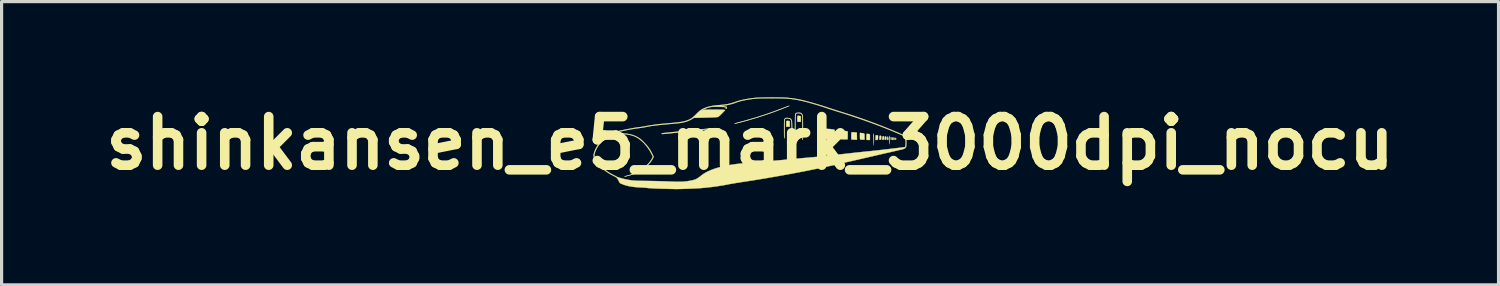
<source format=kicad_pcb>
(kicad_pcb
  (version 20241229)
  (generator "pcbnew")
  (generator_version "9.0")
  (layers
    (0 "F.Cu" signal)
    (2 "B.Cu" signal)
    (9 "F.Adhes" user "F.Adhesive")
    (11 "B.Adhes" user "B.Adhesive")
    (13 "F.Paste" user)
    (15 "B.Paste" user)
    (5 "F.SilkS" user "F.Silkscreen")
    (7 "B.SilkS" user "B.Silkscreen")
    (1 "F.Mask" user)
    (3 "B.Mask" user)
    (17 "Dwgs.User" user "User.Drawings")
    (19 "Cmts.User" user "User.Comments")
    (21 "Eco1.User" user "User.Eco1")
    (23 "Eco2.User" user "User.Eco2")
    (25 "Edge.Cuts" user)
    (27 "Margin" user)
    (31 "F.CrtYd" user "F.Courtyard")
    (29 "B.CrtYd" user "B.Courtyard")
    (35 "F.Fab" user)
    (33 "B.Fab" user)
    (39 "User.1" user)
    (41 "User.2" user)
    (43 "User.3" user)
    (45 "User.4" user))
  (footprint "shinkansen_e5_mark_3000dpi_nocu"
    (layer "F.Cu")
    (at 20.472 1.441)
    (property "Reference" "shinkansen_e5_mark_3000dpi_nocu" (at 0 0 0) (layer "F.SilkS") (effects (font (size 1.524 1.524) (thickness 0.3))))
    (attr through_hole)
    (fp_poly (pts (xy -1.145 -1.119) (xy -1.133 -1.107) (xy -1.132 -1.092) (xy -1.14 -1.08) (xy -1.161 -1.068) (xy -1.183 -1.07) (xy -1.192 -1.077) (xy -1.202 -1.095) (xy -1.195 -1.111) (xy -1.185 -1.118) (xy -1.163 -1.123) (xy -1.145 -1.119)) (stroke (width 0.01) (type solid)) (fill yes) (layer "F.Mask"))
    (fp_poly (pts (xy -1.05 -1.118) (xy -1.035 -1.103) (xy -1.036 -1.086) (xy -1.043 -1.077) (xy -1.063 -1.067) (xy -1.085 -1.072) (xy -1.095 -1.08) (xy -1.104 -1.096) (xy -1.1 -1.111) (xy -1.086 -1.121) (xy -1.066 -1.123) (xy -1.05 -1.118)) (stroke (width 0.01) (type solid)) (fill yes) (layer "F.Mask"))
    (fp_poly (pts (xy -0.947 -1.113) (xy -0.94 -1.092) (xy -0.94 -1.092) (xy -0.947 -1.076) (xy -0.963 -1.068) (xy -0.983 -1.069) (xy -0.997 -1.077) (xy -1.007 -1.095) (xy -1 -1.11) (xy -0.987 -1.119) (xy -0.964 -1.123) (xy -0.947 -1.113)) (stroke (width 0.01) (type solid)) (fill yes) (layer "F.Mask"))
    (fp_poly (pts (xy -1.249 -1.119) (xy -1.232 -1.106) (xy -1.228 -1.091) (xy -1.236 -1.078) (xy -1.252 -1.069) (xy -1.274 -1.069) (xy -1.285 -1.072) (xy -1.294 -1.084) (xy -1.293 -1.101) (xy -1.283 -1.117) (xy -1.282 -1.118) (xy -1.268 -1.124) (xy -1.249 -1.119)) (stroke (width 0.01) (type solid)) (fill yes) (layer "F.Mask"))
    (fp_poly (pts (xy 4.565 0.034) (xy 4.589 0.036) (xy 4.602 0.04) (xy 4.606 0.045) (xy 4.606 0.046) (xy 4.604 0.054) (xy 4.596 0.059) (xy 4.58 0.063) (xy 4.553 0.067) (xy 4.513 0.07) (xy 4.489 0.072) (xy 4.453 0.074) (xy 4.43 0.074) (xy 4.417 0.072) (xy 4.412 0.068) (xy 4.411 0.061) (xy 4.414 0.05) (xy 4.424 0.042) (xy 4.444 0.037) (xy 4.476 0.035) (xy 4.522 0.034) (xy 4.528 0.034) (xy 4.565 0.034)) (stroke (width 0.01) (type solid)) (fill yes) (layer "F.Mask"))
    (fp_poly (pts (xy 4.321 0.052) (xy 4.334 0.053) (xy 4.341 0.056) (xy 4.343 0.061) (xy 4.343 0.066) (xy 4.343 0.074) (xy 4.34 0.08) (xy 4.332 0.085) (xy 4.318 0.088) (xy 4.295 0.091) (xy 4.262 0.094) (xy 4.216 0.097) (xy 4.155 0.101) (xy 4.153 0.101) (xy 4.087 0.105) (xy 4.036 0.108) (xy 3.998 0.109) (xy 3.972 0.11) (xy 3.954 0.109) (xy 3.944 0.106) (xy 3.939 0.102) (xy 3.937 0.096) (xy 3.937 0.09) (xy 3.938 0.081) (xy 3.941 0.075) (xy 3.948 0.069) (xy 3.962 0.065) (xy 3.984 0.062) (xy 4.016 0.06) (xy 4.06 0.058) (xy 4.118 0.056) (xy 4.163 0.054) (xy 4.223 0.052) (xy 4.268 0.051) (xy 4.3 0.051) (xy 4.321 0.052)) (stroke (width 0.01) (type solid)) (fill yes) (layer "F.Mask"))
    (fp_poly (pts (xy 3.768 0.068) (xy 3.762 0.091) (xy 3.757 0.109) (xy 3.753 0.118) (xy 3.744 0.119) (xy 3.72 0.121) (xy 3.683 0.122) (xy 3.635 0.124) (xy 3.578 0.125) (xy 3.513 0.127) (xy 3.448 0.128) (xy 3.276 0.132) (xy 3.099 0.136) (xy 2.917 0.14) (xy 2.733 0.144) (xy 2.547 0.148) (xy 2.362 0.152) (xy 2.179 0.157) (xy 2 0.161) (xy 1.825 0.166) (xy 1.658 0.17) (xy 1.499 0.174) (xy 1.351 0.179) (xy 1.214 0.183) (xy 1.09 0.186) (xy 0.981 0.19) (xy 0.953 0.191) (xy 0.794 0.197) (xy 0.648 0.203) (xy 0.513 0.209) (xy 0.383 0.216) (xy 0.257 0.225) (xy 0.129 0.234) (xy -0.003 0.244) (xy -0.013 0.245) (xy -0.074 0.25) (xy -0.135 0.255) (xy -0.193 0.26) (xy -0.242 0.263) (xy -0.279 0.266) (xy -0.288 0.266) (xy -0.33 0.269) (xy -0.372 0.272) (xy -0.406 0.274) (xy -0.415 0.274) (xy -0.451 0.275) (xy -0.488 0.273) (xy -0.502 0.272) (xy -0.543 0.267) (xy -0.524 0.249) (xy -0.499 0.234) (xy -0.46 0.219) (xy -0.406 0.203) (xy -0.341 0.188) (xy -0.264 0.173) (xy -0.178 0.159) (xy -0.084 0.145) (xy 0.016 0.132) (xy 0.121 0.12) (xy 0.23 0.11) (xy 0.34 0.101) (xy 0.45 0.095) (xy 0.487 0.093) (xy 0.52 0.092) (xy 0.57 0.091) (xy 0.634 0.089) (xy 0.711 0.088) (xy 0.801 0.087) (xy 0.902 0.085) (xy 1.013 0.084) (xy 1.132 0.082) (xy 1.26 0.081) (xy 1.394 0.08) (xy 1.533 0.078) (xy 1.676 0.077) (xy 1.822 0.076) (xy 1.97 0.074) (xy 2.119 0.073) (xy 2.267 0.072) (xy 2.414 0.071) (xy 2.558 0.07) (xy 2.698 0.07) (xy 2.832 0.069) (xy 2.961 0.068) (xy 3.082 0.068) (xy 3.194 0.068) (xy 3.283 0.068) (xy 3.768 0.068)) (stroke (width 0.01) (type solid)) (fill yes) (layer "F.Mask"))
    (fp_poly (pts (xy 4.199 -0.11) (xy 4.148 -0.11) (xy 4.15 -0.163) (xy 4.152 -0.192) (xy 4.155 -0.208) (xy 4.162 -0.215) (xy 4.174 -0.218) (xy 4.176 -0.219) (xy 4.199 -0.221) (xy 4.199 -0.11)) (stroke (width 0.01) (type solid)) (fill yes) (layer "F.SilkS"))
    (fp_poly (pts (xy 1.197 -0.699) (xy 1.245 -0.693) (xy 1.245 -0.516) (xy 1.135 -0.516) (xy 1.135 -0.599) (xy 1.135 -0.636) (xy 1.137 -0.667) (xy 1.14 -0.688) (xy 1.142 -0.693) (xy 1.151 -0.7) (xy 1.17 -0.701) (xy 1.197 -0.699)) (stroke (width 0.01) (type solid)) (fill yes) (layer "F.SilkS"))
    (fp_poly (pts (xy 4.426 -0.19) (xy 4.432 -0.171) (xy 4.435 -0.15) (xy 4.435 -0.125) (xy 4.432 -0.113) (xy 4.424 -0.11) (xy 4.416 -0.114) (xy 4.412 -0.129) (xy 4.411 -0.153) (xy 4.414 -0.181) (xy 4.419 -0.193) (xy 4.426 -0.19)) (stroke (width 0.01) (type solid)) (fill yes) (layer "F.SilkS"))
    (fp_poly (pts (xy 4.472 -0.174) (xy 4.476 -0.155) (xy 4.477 -0.142) (xy 4.478 -0.117) (xy 4.474 -0.105) (xy 4.466 -0.102) (xy 4.458 -0.105) (xy 4.455 -0.117) (xy 4.455 -0.142) (xy 4.458 -0.165) (xy 4.463 -0.18) (xy 4.466 -0.182) (xy 4.472 -0.174)) (stroke (width 0.01) (type solid)) (fill yes) (layer "F.SilkS"))
    (fp_poly (pts (xy 4.517 -0.173) (xy 4.521 -0.156) (xy 4.521 -0.14) (xy 4.52 -0.115) (xy 4.514 -0.103) (xy 4.508 -0.102) (xy 4.5 -0.107) (xy 4.496 -0.124) (xy 4.496 -0.14) (xy 4.497 -0.165) (xy 4.503 -0.176) (xy 4.508 -0.178) (xy 4.517 -0.173)) (stroke (width 0.01) (type solid)) (fill yes) (layer "F.SilkS"))
    (fp_poly (pts (xy 4.547 -0.174) (xy 4.552 -0.162) (xy 4.555 -0.142) (xy 4.555 -0.139) (xy 4.553 -0.12) (xy 4.548 -0.11) (xy 4.547 -0.11) (xy 4.541 -0.118) (xy 4.538 -0.136) (xy 4.538 -0.144) (xy 4.54 -0.166) (xy 4.545 -0.174) (xy 4.547 -0.174)) (stroke (width 0.01) (type solid)) (fill yes) (layer "F.SilkS"))
    (fp_poly (pts (xy 4.578 -0.162) (xy 4.58 -0.144) (xy 4.58 -0.141) (xy 4.578 -0.119) (xy 4.573 -0.107) (xy 4.572 -0.106) (xy 4.566 -0.109) (xy 4.564 -0.127) (xy 4.564 -0.13) (xy 4.566 -0.151) (xy 4.571 -0.164) (xy 4.572 -0.165) (xy 4.578 -0.162)) (stroke (width 0.01) (type solid)) (fill yes) (layer "F.SilkS"))
    (fp_poly (pts (xy 4.093 -0.234) (xy 4.105 -0.23) (xy 4.111 -0.223) (xy 4.114 -0.209) (xy 4.114 -0.184) (xy 4.113 -0.171) (xy 4.111 -0.114) (xy 4.083 -0.112) (xy 4.056 -0.109) (xy 4.056 -0.162) (xy 4.057 -0.2) (xy 4.062 -0.223) (xy 4.072 -0.234) (xy 4.087 -0.235) (xy 4.093 -0.234)) (stroke (width 0.01) (type solid)) (fill yes) (layer "F.SilkS"))
    (fp_poly (pts (xy 4.261 -0.207) (xy 4.262 -0.207) (xy 4.271 -0.198) (xy 4.275 -0.179) (xy 4.276 -0.156) (xy 4.275 -0.129) (xy 4.272 -0.116) (xy 4.265 -0.111) (xy 4.25 -0.11) (xy 4.225 -0.11) (xy 4.225 -0.161) (xy 4.226 -0.191) (xy 4.231 -0.208) (xy 4.242 -0.212) (xy 4.261 -0.207)) (stroke (width 0.01) (type solid)) (fill yes) (layer "F.SilkS"))
    (fp_poly (pts (xy 4.322 -0.199) (xy 4.331 -0.184) (xy 4.335 -0.156) (xy 4.335 -0.147) (xy 4.334 -0.121) (xy 4.331 -0.107) (xy 4.324 -0.102) (xy 4.318 -0.102) (xy 4.309 -0.103) (xy 4.303 -0.112) (xy 4.301 -0.13) (xy 4.301 -0.152) (xy 4.302 -0.179) (xy 4.303 -0.198) (xy 4.305 -0.203) (xy 4.322 -0.199)) (stroke (width 0.01) (type solid)) (fill yes) (layer "F.SilkS"))
    (fp_poly (pts (xy 3.978 -0.249) (xy 3.982 -0.248) (xy 4.013 -0.243) (xy 4.013 -0.192) (xy 4.012 -0.151) (xy 4.009 -0.125) (xy 4.002 -0.11) (xy 3.99 -0.103) (xy 3.971 -0.102) (xy 3.97 -0.102) (xy 3.937 -0.102) (xy 3.937 -0.173) (xy 3.938 -0.206) (xy 3.94 -0.232) (xy 3.943 -0.247) (xy 3.944 -0.249) (xy 3.957 -0.251) (xy 3.978 -0.249)) (stroke (width 0.01) (type solid)) (fill yes) (layer "F.SilkS"))
    (fp_poly (pts (xy 1.532 -0.859) (xy 1.544 -0.856) (xy 1.592 -0.845) (xy 1.592 -0.669) (xy 1.542 -0.669) (xy 1.515 -0.67) (xy 1.495 -0.672) (xy 1.487 -0.675) (xy 1.484 -0.686) (xy 1.483 -0.709) (xy 1.482 -0.741) (xy 1.482 -0.775) (xy 1.483 -0.808) (xy 1.486 -0.835) (xy 1.489 -0.852) (xy 1.49 -0.855) (xy 1.497 -0.861) (xy 1.509 -0.862) (xy 1.532 -0.859)) (stroke (width 0.01) (type solid)) (fill yes) (layer "F.SilkS"))
    (fp_poly (pts (xy 3.225 -0.344) (xy 3.258 -0.342) (xy 3.273 -0.341) (xy 3.349 -0.334) (xy 3.351 -0.222) (xy 3.353 -0.11) (xy 3.292 -0.111) (xy 3.257 -0.113) (xy 3.224 -0.114) (xy 3.203 -0.116) (xy 3.175 -0.12) (xy 3.175 -0.229) (xy 3.175 -0.277) (xy 3.177 -0.31) (xy 3.18 -0.331) (xy 3.184 -0.341) (xy 3.186 -0.344) (xy 3.2 -0.345) (xy 3.225 -0.344)) (stroke (width 0.01) (type solid)) (fill yes) (layer "F.SilkS"))
    (fp_poly (pts (xy 3.699 -0.292) (xy 3.712 -0.289) (xy 3.759 -0.278) (xy 3.759 -0.102) (xy 3.71 -0.102) (xy 3.682 -0.102) (xy 3.662 -0.105) (xy 3.655 -0.107) (xy 3.652 -0.118) (xy 3.65 -0.142) (xy 3.649 -0.173) (xy 3.65 -0.208) (xy 3.651 -0.241) (xy 3.653 -0.268) (xy 3.656 -0.285) (xy 3.657 -0.287) (xy 3.664 -0.294) (xy 3.676 -0.295) (xy 3.699 -0.292)) (stroke (width 0.01) (type solid)) (fill yes) (layer "F.SilkS"))
    (fp_poly (pts (xy 3.499 -0.318) (xy 3.537 -0.314) (xy 3.563 -0.31) (xy 3.579 -0.302) (xy 3.587 -0.289) (xy 3.59 -0.266) (xy 3.59 -0.23) (xy 3.59 -0.207) (xy 3.59 -0.11) (xy 3.528 -0.111) (xy 3.497 -0.112) (xy 3.471 -0.113) (xy 3.457 -0.116) (xy 3.457 -0.116) (xy 3.452 -0.123) (xy 3.448 -0.143) (xy 3.446 -0.176) (xy 3.446 -0.222) (xy 3.446 -0.324) (xy 3.499 -0.318)) (stroke (width 0.01) (type solid)) (fill yes) (layer "F.SilkS"))
    (fp_poly (pts (xy 4.375 -0.228) (xy 4.378 -0.222) (xy 4.38 -0.204) (xy 4.383 -0.172) (xy 4.384 -0.13) (xy 4.384 -0.081) (xy 4.384 -0.057) (xy 4.383 -0.016) (xy 4.382 0.013) (xy 4.381 0.03) (xy 4.38 0.032) (xy 4.379 0.02) (xy 4.378 -0.013) (xy 4.376 -0.057) (xy 4.375 -0.106) (xy 4.373 -0.145) (xy 4.372 -0.188) (xy 4.371 -0.215) (xy 4.373 -0.229) (xy 4.375 -0.228)) (stroke (width 0.01) (type solid)) (fill yes) (layer "F.SilkS"))
    (fp_poly (pts (xy 2.867 -0.396) (xy 2.9 -0.393) (xy 2.927 -0.391) (xy 2.967 -0.386) (xy 3.003 -0.381) (xy 3.031 -0.376) (xy 3.042 -0.373) (xy 3.065 -0.364) (xy 3.061 -0.123) (xy 2.976 -0.122) (xy 2.936 -0.122) (xy 2.897 -0.123) (xy 2.868 -0.125) (xy 2.857 -0.126) (xy 2.824 -0.131) (xy 2.822 -0.254) (xy 2.821 -0.299) (xy 2.822 -0.338) (xy 2.824 -0.368) (xy 2.826 -0.386) (xy 2.827 -0.388) (xy 2.833 -0.393) (xy 2.845 -0.396) (xy 2.867 -0.396)) (stroke (width 0.01) (type solid)) (fill yes) (layer "F.SilkS"))
    (fp_poly (pts (xy 3.877 -0.292) (xy 3.878 -0.286) (xy 3.88 -0.266) (xy 3.882 -0.232) (xy 3.884 -0.187) (xy 3.884 -0.135) (xy 3.884 -0.078) (xy 3.884 -0.057) (xy 3.883 -0.008) (xy 3.882 0.029) (xy 3.882 0.055) (xy 3.881 0.066) (xy 3.88 0.063) (xy 3.88 0.051) (xy 3.879 0.014) (xy 3.877 -0.035) (xy 3.876 -0.09) (xy 3.875 -0.147) (xy 3.874 -0.178) (xy 3.872 -0.231) (xy 3.872 -0.267) (xy 3.873 -0.289) (xy 3.874 -0.297) (xy 3.877 -0.292)) (stroke (width 0.01) (type solid)) (fill yes) (layer "F.SilkS"))
    (fp_poly (pts (xy 2.392 -0.45) (xy 2.448 -0.448) (xy 2.502 -0.444) (xy 2.552 -0.44) (xy 2.594 -0.434) (xy 2.626 -0.429) (xy 2.644 -0.424) (xy 2.647 -0.422) (xy 2.652 -0.414) (xy 2.655 -0.397) (xy 2.657 -0.368) (xy 2.658 -0.327) (xy 2.659 -0.283) (xy 2.658 -0.237) (xy 2.657 -0.197) (xy 2.656 -0.165) (xy 2.654 -0.145) (xy 2.653 -0.14) (xy 2.649 -0.135) (xy 2.641 -0.132) (xy 2.624 -0.13) (xy 2.598 -0.128) (xy 2.56 -0.128) (xy 2.508 -0.128) (xy 2.503 -0.128) (xy 2.454 -0.128) (xy 2.409 -0.13) (xy 2.372 -0.131) (xy 2.347 -0.133) (xy 2.337 -0.135) (xy 2.316 -0.14) (xy 2.316 -0.453) (xy 2.392 -0.45)) (stroke (width 0.01) (type solid)) (fill yes) (layer "F.SilkS"))
    (fp_poly (pts (xy 1.232 -1.171) (xy 1.214 -1.163) (xy 1.184 -1.149) (xy 1.144 -1.132) (xy 1.094 -1.113) (xy 1.038 -1.09) (xy 0.977 -1.066) (xy 0.912 -1.041) (xy 0.845 -1.016) (xy 0.779 -0.991) (xy 0.714 -0.968) (xy 0.654 -0.946) (xy 0.608 -0.93) (xy 0.457 -0.879) (xy 0.301 -0.828) (xy 0.143 -0.779) (xy -0.011 -0.733) (xy -0.159 -0.691) (xy -0.297 -0.654) (xy -0.353 -0.64) (xy -0.402 -0.628) (xy -0.436 -0.619) (xy -0.459 -0.614) (xy -0.473 -0.611) (xy -0.48 -0.611) (xy -0.482 -0.613) (xy -0.483 -0.616) (xy -0.483 -0.616) (xy -0.475 -0.62) (xy -0.453 -0.627) (xy -0.421 -0.637) (xy -0.379 -0.649) (xy -0.341 -0.659) (xy -0.049 -0.739) (xy 0.231 -0.822) (xy 0.503 -0.91) (xy 0.772 -1.005) (xy 1.037 -1.105) (xy 1.09 -1.125) (xy 1.138 -1.143) (xy 1.179 -1.158) (xy 1.21 -1.169) (xy 1.23 -1.174) (xy 1.235 -1.175) (xy 1.232 -1.171)) (stroke (width 0.01) (type solid)) (fill yes) (layer "F.SilkS"))
    (fp_poly (pts (xy -1.085 -0.474) (xy -1.076 -0.471) (xy -1.077 -0.47) (xy -1.086 -0.468) (xy -1.111 -0.464) (xy -1.15 -0.459) (xy -1.202 -0.452) (xy -1.265 -0.445) (xy -1.338 -0.436) (xy -1.42 -0.427) (xy -1.509 -0.417) (xy -1.603 -0.406) (xy -1.702 -0.395) (xy -1.804 -0.384) (xy -1.907 -0.373) (xy -2.011 -0.362) (xy -2.113 -0.351) (xy -2.213 -0.34) (xy -2.309 -0.33) (xy -2.399 -0.321) (xy -2.483 -0.313) (xy -2.559 -0.305) (xy -2.625 -0.299) (xy -2.68 -0.294) (xy -2.723 -0.29) (xy -2.753 -0.288) (xy -2.764 -0.288) (xy -2.768 -0.295) (xy -2.769 -0.3) (xy -2.769 -0.302) (xy -2.769 -0.305) (xy -2.769 -0.306) (xy -2.766 -0.308) (xy -2.76 -0.31) (xy -2.75 -0.312) (xy -2.735 -0.315) (xy -2.713 -0.318) (xy -2.684 -0.321) (xy -2.646 -0.325) (xy -2.599 -0.33) (xy -2.541 -0.336) (xy -2.472 -0.343) (xy -2.389 -0.351) (xy -2.293 -0.36) (xy -2.182 -0.371) (xy -2.074 -0.381) (xy -1.97 -0.391) (xy -1.867 -0.401) (xy -1.767 -0.411) (xy -1.672 -0.421) (xy -1.584 -0.43) (xy -1.504 -0.438) (xy -1.435 -0.445) (xy -1.377 -0.45) (xy -1.334 -0.455) (xy -1.317 -0.457) (xy -1.251 -0.464) (xy -1.194 -0.469) (xy -1.146 -0.472) (xy -1.109 -0.474) (xy -1.085 -0.474)) (stroke (width 0.01) (type solid)) (fill yes) (layer "F.SilkS"))
    (fp_poly (pts (xy 1.177 -0.793) (xy 1.191 -0.792) (xy 1.239 -0.783) (xy 1.274 -0.767) (xy 1.297 -0.74) (xy 1.311 -0.706) (xy 1.314 -0.69) (xy 1.316 -0.659) (xy 1.318 -0.619) (xy 1.319 -0.569) (xy 1.32 -0.514) (xy 1.321 -0.455) (xy 1.321 -0.395) (xy 1.321 -0.336) (xy 1.32 -0.28) (xy 1.319 -0.23) (xy 1.318 -0.188) (xy 1.316 -0.157) (xy 1.314 -0.139) (xy 1.312 -0.135) (xy 1.31 -0.144) (xy 1.308 -0.169) (xy 1.306 -0.209) (xy 1.305 -0.265) (xy 1.304 -0.336) (xy 1.303 -0.409) (xy 1.303 -0.498) (xy 1.302 -0.57) (xy 1.3 -0.627) (xy 1.298 -0.67) (xy 1.296 -0.698) (xy 1.293 -0.71) (xy 1.278 -0.739) (xy 1.254 -0.759) (xy 1.22 -0.771) (xy 1.18 -0.776) (xy 1.149 -0.778) (xy 1.129 -0.778) (xy 1.117 -0.773) (xy 1.107 -0.764) (xy 1.102 -0.758) (xy 1.097 -0.751) (xy 1.093 -0.744) (xy 1.09 -0.734) (xy 1.088 -0.719) (xy 1.086 -0.699) (xy 1.085 -0.67) (xy 1.084 -0.632) (xy 1.084 -0.582) (xy 1.084 -0.519) (xy 1.084 -0.443) (xy 1.083 -0.357) (xy 1.083 -0.285) (xy 1.082 -0.228) (xy 1.08 -0.187) (xy 1.078 -0.161) (xy 1.075 -0.152) (xy 1.075 -0.152) (xy 1.073 -0.161) (xy 1.071 -0.186) (xy 1.069 -0.226) (xy 1.068 -0.283) (xy 1.067 -0.354) (xy 1.067 -0.44) (xy 1.067 -0.441) (xy 1.067 -0.521) (xy 1.067 -0.586) (xy 1.068 -0.637) (xy 1.069 -0.677) (xy 1.071 -0.706) (xy 1.073 -0.728) (xy 1.075 -0.742) (xy 1.079 -0.752) (xy 1.08 -0.754) (xy 1.094 -0.775) (xy 1.112 -0.788) (xy 1.139 -0.794) (xy 1.177 -0.793)) (stroke (width 0.01) (type solid)) (fill yes) (layer "F.SilkS"))
    (fp_poly (pts (xy -3.984 -0.303) (xy -3.931 -0.3) (xy -3.88 -0.297) (xy -3.834 -0.292) (xy -3.795 -0.286) (xy -3.785 -0.284) (xy -3.698 -0.263) (xy -3.623 -0.237) (xy -3.554 -0.205) (xy -3.485 -0.165) (xy -3.471 -0.156) (xy -3.45 -0.141) (xy -3.428 -0.124) (xy -3.405 -0.104) (xy -3.377 -0.078) (xy -3.343 -0.044) (xy -3.302 -0.001) (xy -3.256 0.047) (xy -3.2 0.112) (xy -3.146 0.189) (xy -3.096 0.274) (xy -3.053 0.36) (xy -3.047 0.374) (xy -3.022 0.432) (xy -3.054 0.489) (xy -3.085 0.543) (xy -3.118 0.589) (xy -3.155 0.634) (xy -3.202 0.682) (xy -3.223 0.703) (xy -3.328 0.794) (xy -3.439 0.87) (xy -3.558 0.933) (xy -3.687 0.984) (xy -3.798 1.015) (xy -3.853 1.029) (xy -3.893 1.038) (xy -3.92 1.044) (xy -3.935 1.047) (xy -3.941 1.047) (xy -3.939 1.044) (xy -3.937 1.043) (xy -3.922 1.037) (xy -3.897 1.029) (xy -3.878 1.025) (xy -3.797 1.003) (xy -3.708 0.973) (xy -3.617 0.936) (xy -3.529 0.895) (xy -3.449 0.852) (xy -3.412 0.829) (xy -3.334 0.774) (xy -3.261 0.711) (xy -3.194 0.645) (xy -3.138 0.578) (xy -3.093 0.512) (xy -3.081 0.489) (xy -3.048 0.424) (xy -3.086 0.345) (xy -3.154 0.222) (xy -3.236 0.105) (xy -3.329 -0.003) (xy -3.397 -0.067) (xy -3.472 -0.129) (xy -3.545 -0.177) (xy -3.622 -0.215) (xy -3.707 -0.244) (xy -3.785 -0.264) (xy -3.821 -0.271) (xy -3.856 -0.276) (xy -3.893 -0.28) (xy -3.936 -0.282) (xy -3.989 -0.283) (xy -4.032 -0.283) (xy -4.082 -0.284) (xy -4.125 -0.285) (xy -4.16 -0.286) (xy -4.182 -0.288) (xy -4.191 -0.289) (xy -4.191 -0.289) (xy -4.183 -0.295) (xy -4.161 -0.299) (xy -4.127 -0.302) (xy -4.085 -0.304) (xy -4.036 -0.304) (xy -3.984 -0.303)) (stroke (width 0.01) (type solid)) (fill yes) (layer "F.SilkS"))
    (fp_poly (pts (xy 1.571 -0.954) (xy 1.589 -0.948) (xy 1.607 -0.938) (xy 1.608 -0.937) (xy 1.636 -0.91) (xy 1.649 -0.883) (xy 1.652 -0.867) (xy 1.654 -0.837) (xy 1.655 -0.796) (xy 1.657 -0.745) (xy 1.658 -0.686) (xy 1.659 -0.621) (xy 1.66 -0.552) (xy 1.66 -0.482) (xy 1.66 -0.412) (xy 1.66 -0.344) (xy 1.659 -0.281) (xy 1.658 -0.224) (xy 1.657 -0.176) (xy 1.655 -0.138) (xy 1.654 -0.113) (xy 1.651 -0.102) (xy 1.651 -0.102) (xy 1.649 -0.11) (xy 1.647 -0.135) (xy 1.645 -0.176) (xy 1.644 -0.234) (xy 1.643 -0.307) (xy 1.643 -0.395) (xy 1.643 -0.479) (xy 1.642 -0.573) (xy 1.642 -0.653) (xy 1.642 -0.718) (xy 1.641 -0.771) (xy 1.639 -0.813) (xy 1.636 -0.846) (xy 1.633 -0.871) (xy 1.628 -0.889) (xy 1.622 -0.902) (xy 1.615 -0.912) (xy 1.606 -0.919) (xy 1.598 -0.925) (xy 1.57 -0.936) (xy 1.53 -0.94) (xy 1.521 -0.941) (xy 1.499 -0.941) (xy 1.481 -0.941) (xy 1.466 -0.938) (xy 1.454 -0.932) (xy 1.444 -0.921) (xy 1.436 -0.904) (xy 1.431 -0.879) (xy 1.427 -0.846) (xy 1.425 -0.802) (xy 1.423 -0.747) (xy 1.423 -0.678) (xy 1.422 -0.596) (xy 1.422 -0.498) (xy 1.422 -0.496) (xy 1.422 -0.393) (xy 1.422 -0.306) (xy 1.421 -0.236) (xy 1.419 -0.183) (xy 1.418 -0.146) (xy 1.416 -0.124) (xy 1.414 -0.119) (xy 1.411 -0.126) (xy 1.409 -0.149) (xy 1.408 -0.187) (xy 1.407 -0.241) (xy 1.407 -0.311) (xy 1.407 -0.398) (xy 1.407 -0.501) (xy 1.407 -0.512) (xy 1.408 -0.603) (xy 1.408 -0.68) (xy 1.409 -0.742) (xy 1.41 -0.792) (xy 1.411 -0.832) (xy 1.412 -0.862) (xy 1.414 -0.884) (xy 1.416 -0.9) (xy 1.418 -0.911) (xy 1.421 -0.919) (xy 1.425 -0.925) (xy 1.428 -0.929) (xy 1.438 -0.941) (xy 1.45 -0.948) (xy 1.467 -0.952) (xy 1.495 -0.954) (xy 1.511 -0.955) (xy 1.547 -0.956) (xy 1.571 -0.954)) (stroke (width 0.01) (type solid)) (fill yes) (layer "F.SilkS"))
    (fp_poly (pts (xy 0.773 -1.435) (xy 0.864 -1.435) (xy 0.95 -1.434) (xy 1.027 -1.432) (xy 1.095 -1.429) (xy 1.149 -1.426) (xy 1.173 -1.424) (xy 1.265 -1.414) (xy 1.359 -1.402) (xy 1.449 -1.388) (xy 1.53 -1.374) (xy 1.589 -1.362) (xy 1.65 -1.348) (xy 1.724 -1.33) (xy 1.808 -1.307) (xy 1.899 -1.282) (xy 1.995 -1.255) (xy 2.092 -1.227) (xy 2.188 -1.198) (xy 2.279 -1.17) (xy 2.363 -1.143) (xy 2.396 -1.132) (xy 2.473 -1.106) (xy 2.561 -1.078) (xy 2.653 -1.048) (xy 2.746 -1.018) (xy 2.832 -0.991) (xy 2.887 -0.974) (xy 3.231 -0.865) (xy 3.58 -0.746) (xy 3.928 -0.619) (xy 4.269 -0.486) (xy 4.6 -0.349) (xy 4.651 -0.328) (xy 4.713 -0.3) (xy 4.763 -0.278) (xy 4.8 -0.259) (xy 4.828 -0.243) (xy 4.849 -0.226) (xy 4.863 -0.209) (xy 4.874 -0.19) (xy 4.883 -0.167) (xy 4.889 -0.147) (xy 4.896 -0.122) (xy 4.9 -0.095) (xy 4.902 -0.061) (xy 4.901 -0.017) (xy 4.901 0.009) (xy 4.899 0.054) (xy 4.897 0.086) (xy 4.894 0.107) (xy 4.89 0.122) (xy 4.883 0.132) (xy 4.877 0.14) (xy 4.859 0.157) (xy 4.84 0.17) (xy 4.815 0.181) (xy 4.781 0.191) (xy 4.736 0.202) (xy 4.715 0.207) (xy 4.694 0.211) (xy 4.657 0.22) (xy 4.607 0.231) (xy 4.543 0.246) (xy 4.468 0.263) (xy 4.383 0.283) (xy 4.287 0.305) (xy 4.184 0.328) (xy 4.074 0.354) (xy 3.958 0.381) (xy 3.837 0.409) (xy 3.712 0.438) (xy 3.683 0.444) (xy 3.554 0.474) (xy 3.424 0.504) (xy 3.297 0.533) (xy 3.173 0.562) (xy 3.053 0.589) (xy 2.939 0.615) (xy 2.834 0.64) (xy 2.737 0.661) (xy 2.651 0.681) (xy 2.577 0.698) (xy 2.516 0.711) (xy 2.472 0.721) (xy 2.1 0.799) (xy 1.715 0.877) (xy 1.322 0.952) (xy 0.925 1.024) (xy 0.529 1.093) (xy 0.137 1.158) (xy -0.199 1.21) (xy -0.279 1.222) (xy -0.359 1.235) (xy -0.436 1.247) (xy -0.508 1.259) (xy -0.571 1.27) (xy -0.624 1.279) (xy -0.662 1.286) (xy -0.665 1.287) (xy -0.841 1.32) (xy -1.029 1.35) (xy -1.224 1.376) (xy -1.422 1.397) (xy -1.562 1.41) (xy -1.599 1.412) (xy -1.649 1.415) (xy -1.708 1.418) (xy -1.775 1.421) (xy -1.847 1.424) (xy -1.922 1.427) (xy -1.998 1.43) (xy -2.072 1.432) (xy -2.142 1.434) (xy -2.205 1.436) (xy -2.261 1.437) (xy -2.305 1.438) (xy -2.337 1.438) (xy -2.349 1.438) (xy -2.362 1.437) (xy -2.389 1.436) (xy -2.429 1.435) (xy -2.479 1.434) (xy -2.538 1.433) (xy -2.603 1.431) (xy -2.65 1.43) (xy -2.728 1.428) (xy -2.807 1.426) (xy -2.885 1.423) (xy -2.96 1.42) (xy -3.03 1.417) (xy -3.092 1.413) (xy -3.146 1.41) (xy -3.189 1.407) (xy -3.219 1.404) (xy -3.235 1.401) (xy -3.236 1.4) (xy -3.246 1.399) (xy -3.27 1.397) (xy -3.306 1.394) (xy -3.352 1.392) (xy -3.404 1.389) (xy -3.426 1.388) (xy -3.56 1.38) (xy -3.679 1.367) (xy -3.785 1.35) (xy -3.882 1.327) (xy -3.97 1.299) (xy -4.025 1.277) (xy -4.056 1.263) (xy -4.076 1.252) (xy -4.09 1.238) (xy -4.102 1.217) (xy -4.113 1.195) (xy -4.138 1.145) (xy -4.162 1.108) (xy -4.188 1.08) (xy -4.22 1.056) (xy -4.262 1.034) (xy -4.27 1.03) (xy -4.386 0.969) (xy -4.503 0.895) (xy -4.616 0.811) (xy -4.723 0.72) (xy -4.751 0.693) (xy -4.799 0.643) (xy -4.836 0.598) (xy -4.863 0.554) (xy -4.882 0.504) (xy -4.897 0.446) (xy -4.906 0.396) (xy -4.906 0.388) (xy -4.882 0.388) (xy -4.877 0.434) (xy -4.863 0.487) (xy -4.859 0.497) (xy -4.843 0.539) (xy -4.824 0.576) (xy -4.799 0.611) (xy -4.765 0.648) (xy -4.723 0.69) (xy -4.625 0.775) (xy -4.52 0.855) (xy -4.411 0.927) (xy -4.302 0.989) (xy -4.25 1.014) (xy -4.219 1.029) (xy -4.193 1.043) (xy -4.176 1.053) (xy -4.174 1.054) (xy -4.16 1.061) (xy -4.132 1.071) (xy -4.094 1.083) (xy -4.047 1.096) (xy -3.996 1.11) (xy -3.942 1.123) (xy -3.895 1.133) (xy -3.841 1.144) (xy -3.792 1.153) (xy -3.744 1.161) (xy -3.695 1.167) (xy -3.643 1.171) (xy -3.585 1.175) (xy -3.519 1.178) (xy -3.442 1.18) (xy -3.353 1.181) (xy -3.289 1.182) (xy -3.198 1.183) (xy -3.096 1.185) (xy -2.988 1.187) (xy -2.88 1.19) (xy -2.777 1.193) (xy -2.683 1.196) (xy -2.646 1.197) (xy -2.542 1.201) (xy -2.453 1.204) (xy -2.377 1.206) (xy -2.313 1.208) (xy -2.259 1.209) (xy -2.214 1.209) (xy -2.175 1.209) (xy -2.141 1.208) (xy -2.111 1.207) (xy -2.082 1.204) (xy -2.053 1.202) (xy -1.981 1.194) (xy -1.908 1.182) (xy -1.839 1.169) (xy -1.778 1.155) (xy -1.732 1.141) (xy -1.694 1.126) (xy -1.655 1.105) (xy -1.613 1.077) (xy -1.563 1.04) (xy -1.531 1.014) (xy -1.446 0.953) (xy -1.346 0.896) (xy -1.23 0.844) (xy -1.099 0.796) (xy -0.955 0.753) (xy -0.797 0.715) (xy -0.626 0.682) (xy -0.443 0.655) (xy -0.425 0.652) (xy -0.39 0.649) (xy -0.341 0.643) (xy -0.28 0.637) (xy -0.208 0.63) (xy -0.129 0.623) (xy -0.044 0.615) (xy 0.045 0.607) (xy 0.135 0.599) (xy 0.225 0.591) (xy 0.311 0.584) (xy 0.392 0.577) (xy 0.465 0.571) (xy 0.528 0.566) (xy 0.572 0.563) (xy 0.628 0.559) (xy 0.696 0.554) (xy 0.771 0.548) (xy 0.849 0.541) (xy 0.927 0.534) (xy 1.002 0.528) (xy 1.07 0.521) (xy 1.127 0.516) (xy 1.16 0.512) (xy 1.191 0.509) (xy 1.237 0.505) (xy 1.295 0.499) (xy 1.364 0.493) (xy 1.441 0.486) (xy 1.525 0.479) (xy 1.613 0.471) (xy 1.702 0.463) (xy 1.723 0.461) (xy 1.818 0.453) (xy 1.906 0.445) (xy 1.99 0.438) (xy 2.071 0.43) (xy 2.152 0.423) (xy 2.233 0.415) (xy 2.318 0.406) (xy 2.407 0.397) (xy 2.503 0.386) (xy 2.607 0.375) (xy 2.721 0.362) (xy 2.847 0.348) (xy 2.988 0.332) (xy 3.078 0.322) (xy 3.166 0.312) (xy 3.258 0.302) (xy 3.351 0.292) (xy 3.44 0.282) (xy 3.524 0.273) (xy 3.598 0.266) (xy 3.659 0.259) (xy 3.67 0.258) (xy 3.734 0.252) (xy 3.806 0.245) (xy 3.886 0.236) (xy 3.97 0.227) (xy 4.059 0.217) (xy 4.15 0.207) (xy 4.242 0.196) (xy 4.333 0.186) (xy 4.422 0.175) (xy 4.507 0.165) (xy 4.587 0.155) (xy 4.659 0.147) (xy 4.723 0.139) (xy 4.777 0.132) (xy 4.819 0.126) (xy 4.848 0.122) (xy 4.862 0.119) (xy 4.863 0.119) (xy 4.867 0.107) (xy 4.872 0.084) (xy 4.877 0.052) (xy 4.878 0.041) (xy 4.881 -0.033) (xy 4.874 -0.102) (xy 4.857 -0.162) (xy 4.846 -0.187) (xy 4.837 -0.202) (xy 4.828 -0.214) (xy 4.817 -0.225) (xy 4.8 -0.235) (xy 4.775 -0.248) (xy 4.739 -0.264) (xy 4.696 -0.282) (xy 4.467 -0.379) (xy 4.248 -0.468) (xy 4.034 -0.552) (xy 3.82 -0.632) (xy 3.601 -0.711) (xy 3.373 -0.789) (xy 3.251 -0.83) (xy 3.172 -0.856) (xy 3.091 -0.883) (xy 3.012 -0.909) (xy 2.936 -0.933) (xy 2.868 -0.955) (xy 2.809 -0.973) (xy 2.764 -0.986) (xy 2.702 -1.005) (xy 2.631 -1.028) (xy 2.556 -1.052) (xy 2.483 -1.075) (xy 2.43 -1.093) (xy 2.298 -1.137) (xy 2.167 -1.179) (xy 2.037 -1.218) (xy 1.912 -1.254) (xy 1.793 -1.287) (xy 1.683 -1.315) (xy 1.583 -1.338) (xy 1.497 -1.355) (xy 1.476 -1.359) (xy 1.41 -1.37) (xy 1.351 -1.379) (xy 1.295 -1.387) (xy 1.24 -1.393) (xy 1.185 -1.398) (xy 1.126 -1.402) (xy 1.063 -1.405) (xy 0.992 -1.407) (xy 0.911 -1.409) (xy 0.818 -1.409) (xy 0.712 -1.41) (xy 0.682 -1.41) (xy 0.58 -1.409) (xy 0.493 -1.409) (xy 0.42 -1.409) (xy 0.358 -1.408) (xy 0.305 -1.406) (xy 0.259 -1.405) (xy 0.219 -1.402) (xy 0.182 -1.399) (xy 0.146 -1.396) (xy 0.132 -1.395) (xy 0.008 -1.379) (xy -0.106 -1.361) (xy -0.21 -1.341) (xy -0.3 -1.32) (xy -0.377 -1.298) (xy -0.428 -1.279) (xy -0.487 -1.257) (xy -0.555 -1.235) (xy -0.628 -1.216) (xy -0.701 -1.199) (xy -0.771 -1.187) (xy -0.833 -1.179) (xy -0.874 -1.177) (xy -0.901 -1.176) (xy -0.911 -1.174) (xy -0.906 -1.171) (xy -0.885 -1.166) (xy -0.85 -1.161) (xy -0.838 -1.16) (xy -0.795 -1.155) (xy -0.766 -1.15) (xy -0.747 -1.144) (xy -0.736 -1.137) (xy -0.729 -1.127) (xy -0.728 -1.126) (xy -0.727 -1.11) (xy -0.734 -1.093) (xy -0.745 -1.081) (xy -0.758 -1.078) (xy -0.761 -1.079) (xy -0.765 -1.087) (xy -0.757 -1.098) (xy -0.749 -1.112) (xy -0.752 -1.119) (xy -0.766 -1.125) (xy -0.795 -1.131) (xy -0.835 -1.135) (xy -0.883 -1.139) (xy -0.938 -1.142) (xy -0.995 -1.144) (xy -1.053 -1.144) (xy -1.109 -1.144) (xy -1.159 -1.142) (xy -1.202 -1.139) (xy -1.228 -1.135) (xy -1.344 -1.106) (xy -1.452 -1.062) (xy -1.454 -1.061) (xy -1.482 -1.047) (xy -1.503 -1.035) (xy -1.513 -1.029) (xy -1.513 -1.028) (xy -1.504 -1.029) (xy -1.485 -1.034) (xy -1.469 -1.039) (xy -1.455 -1.043) (xy -1.439 -1.047) (xy -1.419 -1.049) (xy -1.392 -1.051) (xy -1.357 -1.052) (xy -1.312 -1.053) (xy -1.255 -1.053) (xy -1.184 -1.054) (xy -1.135 -1.054) (xy -1.064 -1.053) (xy -0.998 -1.053) (xy -0.939 -1.051) (xy -0.888 -1.05) (xy -0.848 -1.048) (xy -0.821 -1.047) (xy -0.811 -1.045) (xy -0.78 -1.037) (xy -0.879 -0.935) (xy -0.921 -0.893) (xy -0.953 -0.862) (xy -0.979 -0.84) (xy -0.999 -0.827) (xy -1.012 -0.822) (xy -1.029 -0.819) (xy -1.059 -0.816) (xy -1.104 -0.813) (xy -1.163 -0.81) (xy -1.237 -0.807) (xy -1.327 -0.805) (xy -1.404 -0.803) (xy -1.762 -0.795) (xy -1.816 -0.761) (xy -1.906 -0.713) (xy -2.01 -0.674) (xy -2.124 -0.646) (xy -2.18 -0.636) (xy -2.204 -0.633) (xy -2.242 -0.629) (xy -2.292 -0.623) (xy -2.349 -0.618) (xy -2.412 -0.612) (xy -2.478 -0.606) (xy -2.485 -0.605) (xy -2.611 -0.594) (xy -2.723 -0.584) (xy -2.821 -0.574) (xy -2.907 -0.565) (xy -2.984 -0.556) (xy -3.053 -0.547) (xy -3.116 -0.537) (xy -3.174 -0.527) (xy -3.231 -0.517) (xy -3.27 -0.508) (xy -3.312 -0.5) (xy -3.363 -0.492) (xy -3.416 -0.483) (xy -3.454 -0.478) (xy -3.537 -0.467) (xy -3.626 -0.454) (xy -3.717 -0.439) (xy -3.804 -0.423) (xy -3.881 -0.408) (xy -3.907 -0.403) (xy -3.957 -0.392) (xy -4.013 -0.38) (xy -4.065 -0.37) (xy -4.086 -0.365) (xy -4.183 -0.341) (xy -4.275 -0.307) (xy -4.365 -0.263) (xy -4.454 -0.206) (xy -4.545 -0.137) (xy -4.64 -0.052) (xy -4.712 0.022) (xy -4.771 0.098) (xy -4.818 0.18) (xy -4.856 0.271) (xy -4.864 0.292) (xy -4.877 0.342) (xy -4.882 0.388) (xy -4.906 0.388) (xy -4.906 0.361) (xy -4.896 0.315) (xy -4.879 0.262) (xy -4.855 0.204) (xy -4.826 0.145) (xy -4.793 0.088) (xy -4.757 0.035) (xy -4.722 -0.008) (xy -4.687 -0.044) (xy -4.643 -0.085) (xy -4.592 -0.129) (xy -4.54 -0.172) (xy -4.489 -0.211) (xy -4.45 -0.238) (xy -4.402 -0.269) (xy -4.356 -0.296) (xy -4.311 -0.318) (xy -4.264 -0.338) (xy -4.211 -0.357) (xy -4.152 -0.374) (xy -4.082 -0.391) (xy -4 -0.409) (xy -3.933 -0.422) (xy -3.845 -0.44) (xy -3.772 -0.454) (xy -3.709 -0.466) (xy -3.655 -0.475) (xy -3.606 -0.484) (xy -3.56 -0.491) (xy -3.514 -0.497) (xy -3.464 -0.503) (xy -3.462 -0.503) (xy -3.411 -0.51) (xy -3.355 -0.519) (xy -3.304 -0.528) (xy -3.271 -0.534) (xy -3.212 -0.545) (xy -3.141 -0.557) (xy -3.063 -0.569) (xy -2.983 -0.581) (xy -2.906 -0.591) (xy -2.838 -0.599) (xy -2.819 -0.6) (xy -2.784 -0.604) (xy -2.736 -0.608) (xy -2.678 -0.613) (xy -2.612 -0.619) (xy -2.544 -0.625) (xy -2.481 -0.631) (xy -2.382 -0.64) (xy -2.298 -0.649) (xy -2.227 -0.657) (xy -2.166 -0.666) (xy -2.114 -0.675) (xy -2.067 -0.685) (xy -2.024 -0.697) (xy -1.983 -0.71) (xy -1.942 -0.725) (xy -1.939 -0.727) (xy -1.893 -0.747) (xy -1.851 -0.77) (xy -1.81 -0.799) (xy -1.766 -0.836) (xy -1.717 -0.882) (xy -1.693 -0.906) (xy -1.647 -0.953) (xy -1.608 -0.989) (xy -1.574 -1.018) (xy -1.541 -1.041) (xy -1.505 -1.063) (xy -1.469 -1.082) (xy -1.397 -1.114) (xy -1.318 -1.14) (xy -1.231 -1.161) (xy -1.133 -1.178) (xy -1.021 -1.19) (xy -0.969 -1.194) (xy -0.832 -1.207) (xy -0.708 -1.225) (xy -0.598 -1.25) (xy -0.497 -1.281) (xy -0.449 -1.299) (xy -0.388 -1.32) (xy -0.312 -1.342) (xy -0.223 -1.362) (xy -0.124 -1.382) (xy -0.018 -1.399) (xy 0.094 -1.414) (xy 0.144 -1.42) (xy 0.189 -1.424) (xy 0.249 -1.427) (xy 0.321 -1.43) (xy 0.403 -1.432) (xy 0.491 -1.434) (xy 0.584 -1.435) (xy 0.678 -1.436) (xy 0.773 -1.435)) (stroke (width 0.01) (type solid)) (fill yes) (layer "F.SilkS")))
  (gr_rect
    (start -3 -3)
    (end 43.945 5.884)
    (stroke (width 0.1) (type default))
    (fill no)
    (layer "Edge.Cuts")))
</source>
